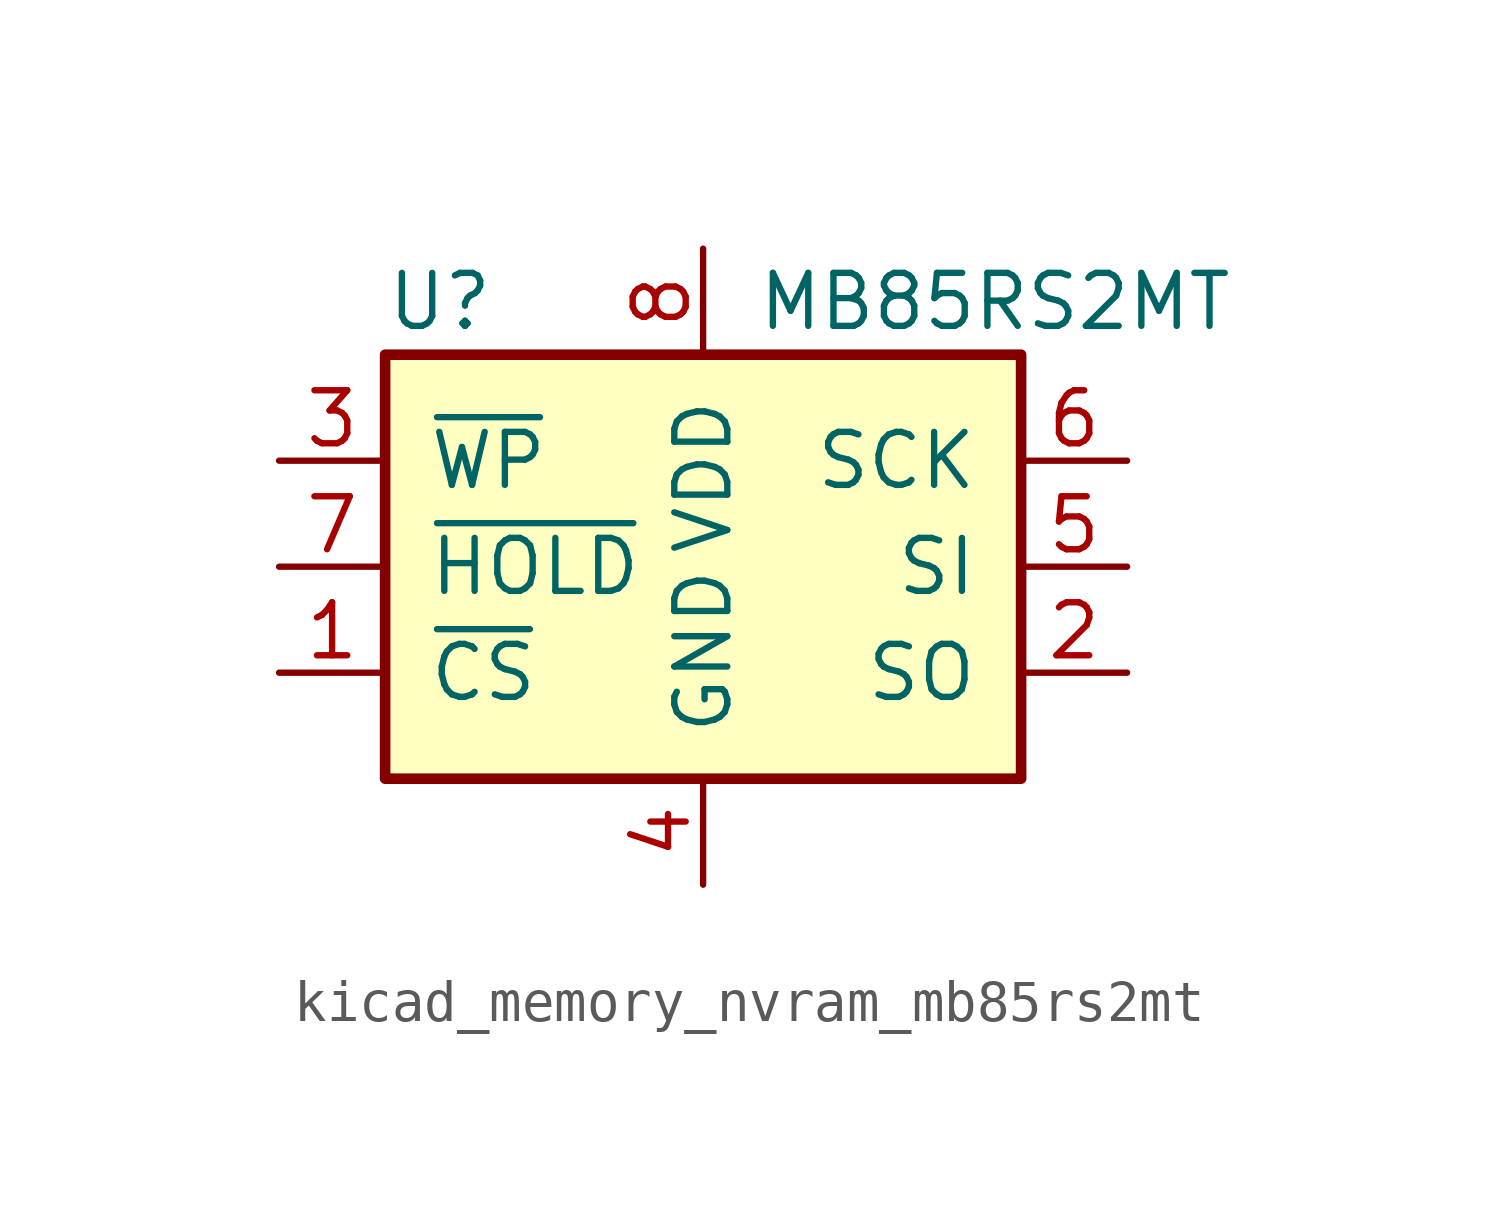
<source format=kicad_sym>
(kicad_symbol_lib
  (version 20220914)
  (generator kicad_symbol_editor)
  (symbol "kicad_memory_nvram_mb85rs2mt"
    (pin_names
      (offset 1.016))
    (property "Reference" "U"
      (at -7.62 6.35 0)
      (effects (font (size 1.27 1.27)) (justify left)))
    (property "Value" "MB85RS2MT"
      (at 1.27 6.35 0)
      (effects (font (size 1.27 1.27)) (justify left)))
    (symbol "kicad_memory_nvram_mb85rs2mt_0_1"
      (rectangle (start -7.62 5.08) (end 7.62 -5.08) (stroke (width 0.254) (type default)) (fill (type background))))
    (symbol "kicad_memory_nvram_mb85rs2mt_1_1"
      (pin input line (at -10.16 -2.54 0) (length 2.54) (name "~{CS}" (effects (font (size 1.27 1.27)))) (number "1" (effects (font (size 1.27 1.27)))))
      (pin output line (at 10.16 -2.54 180) (length 2.54) (name "SO" (effects (font (size 1.27 1.27)))) (number "2" (effects (font (size 1.27 1.27)))))
      (pin input line (at -10.16 2.54 0) (length 2.54) (name "~{WP}" (effects (font (size 1.27 1.27)))) (number "3" (effects (font (size 1.27 1.27)))))
      (pin power_in line (at 0 -7.62 90) (length 2.54) (name "GND" (effects (font (size 1.27 1.27)))) (number "4" (effects (font (size 1.27 1.27)))))
      (pin input line (at 10.16 0 180) (length 2.54) (name "SI" (effects (font (size 1.27 1.27)))) (number "5" (effects (font (size 1.27 1.27)))))
      (pin input line (at 10.16 2.54 180) (length 2.54) (name "SCK" (effects (font (size 1.27 1.27)))) (number "6" (effects (font (size 1.27 1.27)))))
      (pin input line (at -10.16 0 0) (length 2.54) (name "~{HOLD}" (effects (font (size 1.27 1.27)))) (number "7" (effects (font (size 1.27 1.27)))))
      (pin power_in line (at 0 7.62 270) (length 2.54) (name "VDD" (effects (font (size 1.27 1.27)))) (number "8" (effects (font (size 1.27 1.27))))))))
</source>
